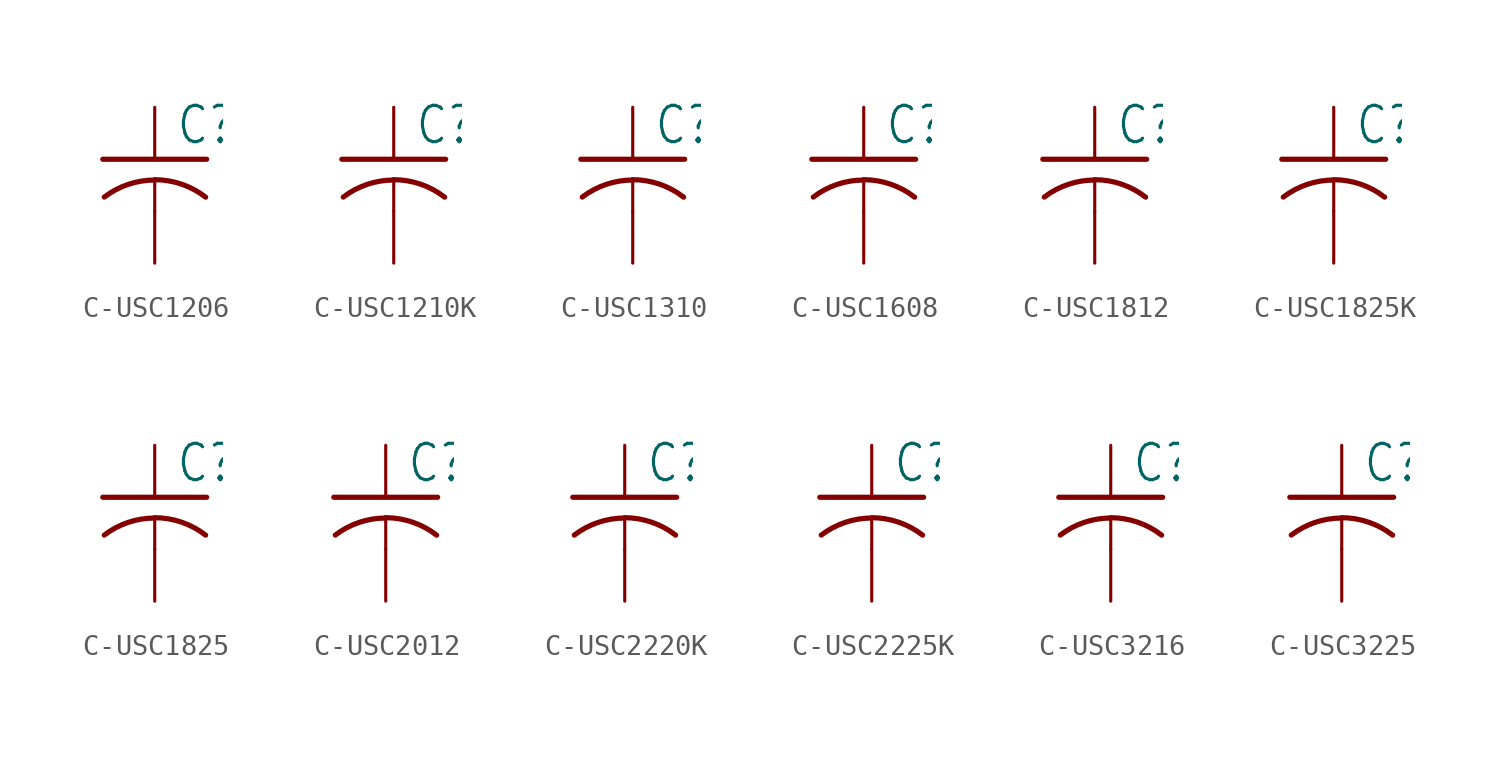
<source format=kicad_sym>
(kicad_symbol_lib
  (version 20241209)
  (generator "kicad_symbol_editor")
  (generator_version "9.0")
  (symbol "C-USC1206"
    (property "Reference" "C"
      (at 1.016 0.635 0)
      (effects (font (size 1.778 1.511)) (justify left bottom)))
    (property "Value" ""
      (at 1.016 -4.191 0)
      (effects (font (size 1.778 1.511)) (justify left bottom)))
    (property "ki_locked" ""
      (at 0 0 0)
      (effects (font (size 1.27 1.27))))
    (symbol "C-USC1206_1_0"
      (polyline (pts (xy -2.54 0) (xy 2.54 0)) (stroke (width 0.254) (type solid)) (fill (type none)))
      (polyline (pts (xy 0 -1.016) (xy 0 -2.54)) (stroke (width 0.152) (type solid)) (fill (type none)))
      (arc (start 0 -1) (mid 1.3158 -1.2195) (end 2.4892 -1.8541) (stroke (width 0.254) (type solid)) (fill (type none)))
      (arc (start -2.4668 -1.8504) (mid -1.302 -1.2303) (end 0 -1.0161) (stroke (width 0.254) (type solid)) (fill (type none)))
      (pin passive line (at 0 2.54 270) (length 2.54) (name "1" (effects (font (size 0 0)))) (number "1" (effects (font (size 0 0)))))
      (pin passive line (at 0 -5.08 90) (length 2.54) (name "2" (effects (font (size 0 0)))) (number "2" (effects (font (size 0 0)))))))
  (symbol "C-USC1210K"
    (property "Reference" "C"
      (at 1.016 0.635 0)
      (effects (font (size 1.778 1.511)) (justify left bottom)))
    (property "Value" ""
      (at 1.016 -4.191 0)
      (effects (font (size 1.778 1.511)) (justify left bottom)))
    (property "ki_locked" ""
      (at 0 0 0)
      (effects (font (size 1.27 1.27))))
    (symbol "C-USC1210K_1_0"
      (polyline (pts (xy -2.54 0) (xy 2.54 0)) (stroke (width 0.254) (type solid)) (fill (type none)))
      (polyline (pts (xy 0 -1.016) (xy 0 -2.54)) (stroke (width 0.152) (type solid)) (fill (type none)))
      (arc (start 0 -1) (mid 1.3158 -1.2195) (end 2.4892 -1.8541) (stroke (width 0.254) (type solid)) (fill (type none)))
      (arc (start -2.4668 -1.8504) (mid -1.302 -1.2303) (end 0 -1.0161) (stroke (width 0.254) (type solid)) (fill (type none)))
      (pin passive line (at 0 2.54 270) (length 2.54) (name "1" (effects (font (size 0 0)))) (number "1" (effects (font (size 0 0)))))
      (pin passive line (at 0 -5.08 90) (length 2.54) (name "2" (effects (font (size 0 0)))) (number "2" (effects (font (size 0 0)))))))
  (symbol "C-USC1310"
    (property "Reference" "C"
      (at 1.016 0.635 0)
      (effects (font (size 1.778 1.511)) (justify left bottom)))
    (property "Value" ""
      (at 1.016 -4.191 0)
      (effects (font (size 1.778 1.511)) (justify left bottom)))
    (property "ki_locked" ""
      (at 0 0 0)
      (effects (font (size 1.27 1.27))))
    (symbol "C-USC1310_1_0"
      (polyline (pts (xy -2.54 0) (xy 2.54 0)) (stroke (width 0.254) (type solid)) (fill (type none)))
      (polyline (pts (xy 0 -1.016) (xy 0 -2.54)) (stroke (width 0.152) (type solid)) (fill (type none)))
      (arc (start 0 -1) (mid 1.3158 -1.2195) (end 2.4892 -1.8541) (stroke (width 0.254) (type solid)) (fill (type none)))
      (arc (start -2.4668 -1.8504) (mid -1.302 -1.2303) (end 0 -1.0161) (stroke (width 0.254) (type solid)) (fill (type none)))
      (pin passive line (at 0 2.54 270) (length 2.54) (name "1" (effects (font (size 0 0)))) (number "1" (effects (font (size 0 0)))))
      (pin passive line (at 0 -5.08 90) (length 2.54) (name "2" (effects (font (size 0 0)))) (number "2" (effects (font (size 0 0)))))))
  (symbol "C-USC1608"
    (property "Reference" "C"
      (at 1.016 0.635 0)
      (effects (font (size 1.778 1.511)) (justify left bottom)))
    (property "Value" ""
      (at 1.016 -4.191 0)
      (effects (font (size 1.778 1.511)) (justify left bottom)))
    (property "ki_locked" ""
      (at 0 0 0)
      (effects (font (size 1.27 1.27))))
    (symbol "C-USC1608_1_0"
      (polyline (pts (xy -2.54 0) (xy 2.54 0)) (stroke (width 0.254) (type solid)) (fill (type none)))
      (polyline (pts (xy 0 -1.016) (xy 0 -2.54)) (stroke (width 0.152) (type solid)) (fill (type none)))
      (arc (start 0 -1) (mid 1.3158 -1.2195) (end 2.4892 -1.8541) (stroke (width 0.254) (type solid)) (fill (type none)))
      (arc (start -2.4668 -1.8504) (mid -1.302 -1.2303) (end 0 -1.0161) (stroke (width 0.254) (type solid)) (fill (type none)))
      (pin passive line (at 0 2.54 270) (length 2.54) (name "1" (effects (font (size 0 0)))) (number "1" (effects (font (size 0 0)))))
      (pin passive line (at 0 -5.08 90) (length 2.54) (name "2" (effects (font (size 0 0)))) (number "2" (effects (font (size 0 0)))))))
  (symbol "C-USC1812"
    (property "Reference" "C"
      (at 1.016 0.635 0)
      (effects (font (size 1.778 1.511)) (justify left bottom)))
    (property "Value" ""
      (at 1.016 -4.191 0)
      (effects (font (size 1.778 1.511)) (justify left bottom)))
    (property "ki_locked" ""
      (at 0 0 0)
      (effects (font (size 1.27 1.27))))
    (symbol "C-USC1812_1_0"
      (polyline (pts (xy -2.54 0) (xy 2.54 0)) (stroke (width 0.254) (type solid)) (fill (type none)))
      (polyline (pts (xy 0 -1.016) (xy 0 -2.54)) (stroke (width 0.152) (type solid)) (fill (type none)))
      (arc (start 0 -1) (mid 1.3158 -1.2195) (end 2.4892 -1.8541) (stroke (width 0.254) (type solid)) (fill (type none)))
      (arc (start -2.4668 -1.8504) (mid -1.302 -1.2303) (end 0 -1.0161) (stroke (width 0.254) (type solid)) (fill (type none)))
      (pin passive line (at 0 2.54 270) (length 2.54) (name "1" (effects (font (size 0 0)))) (number "1" (effects (font (size 0 0)))))
      (pin passive line (at 0 -5.08 90) (length 2.54) (name "2" (effects (font (size 0 0)))) (number "2" (effects (font (size 0 0)))))))
  (symbol "C-USC1825K"
    (property "Reference" "C"
      (at 1.016 0.635 0)
      (effects (font (size 1.778 1.511)) (justify left bottom)))
    (property "Value" ""
      (at 1.016 -4.191 0)
      (effects (font (size 1.778 1.511)) (justify left bottom)))
    (property "ki_locked" ""
      (at 0 0 0)
      (effects (font (size 1.27 1.27))))
    (symbol "C-USC1825K_1_0"
      (polyline (pts (xy -2.54 0) (xy 2.54 0)) (stroke (width 0.254) (type solid)) (fill (type none)))
      (polyline (pts (xy 0 -1.016) (xy 0 -2.54)) (stroke (width 0.152) (type solid)) (fill (type none)))
      (arc (start 0 -1) (mid 1.3158 -1.2195) (end 2.4892 -1.8541) (stroke (width 0.254) (type solid)) (fill (type none)))
      (arc (start -2.4668 -1.8504) (mid -1.302 -1.2303) (end 0 -1.0161) (stroke (width 0.254) (type solid)) (fill (type none)))
      (pin passive line (at 0 2.54 270) (length 2.54) (name "1" (effects (font (size 0 0)))) (number "1" (effects (font (size 0 0)))))
      (pin passive line (at 0 -5.08 90) (length 2.54) (name "2" (effects (font (size 0 0)))) (number "2" (effects (font (size 0 0)))))))
  (symbol "C-USC1825"
    (property "Reference" "C"
      (at 1.016 0.635 0)
      (effects (font (size 1.778 1.511)) (justify left bottom)))
    (property "Value" ""
      (at 1.016 -4.191 0)
      (effects (font (size 1.778 1.511)) (justify left bottom)))
    (property "ki_locked" ""
      (at 0 0 0)
      (effects (font (size 1.27 1.27))))
    (symbol "C-USC1825_1_0"
      (polyline (pts (xy -2.54 0) (xy 2.54 0)) (stroke (width 0.254) (type solid)) (fill (type none)))
      (polyline (pts (xy 0 -1.016) (xy 0 -2.54)) (stroke (width 0.152) (type solid)) (fill (type none)))
      (arc (start 0 -1) (mid 1.3158 -1.2195) (end 2.4892 -1.8541) (stroke (width 0.254) (type solid)) (fill (type none)))
      (arc (start -2.4668 -1.8504) (mid -1.302 -1.2303) (end 0 -1.0161) (stroke (width 0.254) (type solid)) (fill (type none)))
      (pin passive line (at 0 2.54 270) (length 2.54) (name "1" (effects (font (size 0 0)))) (number "1" (effects (font (size 0 0)))))
      (pin passive line (at 0 -5.08 90) (length 2.54) (name "2" (effects (font (size 0 0)))) (number "2" (effects (font (size 0 0)))))))
  (symbol "C-USC2012"
    (property "Reference" "C"
      (at 1.016 0.635 0)
      (effects (font (size 1.778 1.511)) (justify left bottom)))
    (property "Value" ""
      (at 1.016 -4.191 0)
      (effects (font (size 1.778 1.511)) (justify left bottom)))
    (property "ki_locked" ""
      (at 0 0 0)
      (effects (font (size 1.27 1.27))))
    (symbol "C-USC2012_1_0"
      (polyline (pts (xy -2.54 0) (xy 2.54 0)) (stroke (width 0.254) (type solid)) (fill (type none)))
      (polyline (pts (xy 0 -1.016) (xy 0 -2.54)) (stroke (width 0.152) (type solid)) (fill (type none)))
      (arc (start 0 -1) (mid 1.3158 -1.2195) (end 2.4892 -1.8541) (stroke (width 0.254) (type solid)) (fill (type none)))
      (arc (start -2.4668 -1.8504) (mid -1.302 -1.2303) (end 0 -1.0161) (stroke (width 0.254) (type solid)) (fill (type none)))
      (pin passive line (at 0 2.54 270) (length 2.54) (name "1" (effects (font (size 0 0)))) (number "1" (effects (font (size 0 0)))))
      (pin passive line (at 0 -5.08 90) (length 2.54) (name "2" (effects (font (size 0 0)))) (number "2" (effects (font (size 0 0)))))))
  (symbol "C-USC2220K"
    (property "Reference" "C"
      (at 1.016 0.635 0)
      (effects (font (size 1.778 1.511)) (justify left bottom)))
    (property "Value" ""
      (at 1.016 -4.191 0)
      (effects (font (size 1.778 1.511)) (justify left bottom)))
    (property "ki_locked" ""
      (at 0 0 0)
      (effects (font (size 1.27 1.27))))
    (symbol "C-USC2220K_1_0"
      (polyline (pts (xy -2.54 0) (xy 2.54 0)) (stroke (width 0.254) (type solid)) (fill (type none)))
      (polyline (pts (xy 0 -1.016) (xy 0 -2.54)) (stroke (width 0.152) (type solid)) (fill (type none)))
      (arc (start 0 -1) (mid 1.3158 -1.2195) (end 2.4892 -1.8541) (stroke (width 0.254) (type solid)) (fill (type none)))
      (arc (start -2.4668 -1.8504) (mid -1.302 -1.2303) (end 0 -1.0161) (stroke (width 0.254) (type solid)) (fill (type none)))
      (pin passive line (at 0 2.54 270) (length 2.54) (name "1" (effects (font (size 0 0)))) (number "1" (effects (font (size 0 0)))))
      (pin passive line (at 0 -5.08 90) (length 2.54) (name "2" (effects (font (size 0 0)))) (number "2" (effects (font (size 0 0)))))))
  (symbol "C-USC2225K"
    (property "Reference" "C"
      (at 1.016 0.635 0)
      (effects (font (size 1.778 1.511)) (justify left bottom)))
    (property "Value" ""
      (at 1.016 -4.191 0)
      (effects (font (size 1.778 1.511)) (justify left bottom)))
    (property "ki_locked" ""
      (at 0 0 0)
      (effects (font (size 1.27 1.27))))
    (symbol "C-USC2225K_1_0"
      (polyline (pts (xy -2.54 0) (xy 2.54 0)) (stroke (width 0.254) (type solid)) (fill (type none)))
      (polyline (pts (xy 0 -1.016) (xy 0 -2.54)) (stroke (width 0.152) (type solid)) (fill (type none)))
      (arc (start 0 -1) (mid 1.3158 -1.2195) (end 2.4892 -1.8541) (stroke (width 0.254) (type solid)) (fill (type none)))
      (arc (start -2.4668 -1.8504) (mid -1.302 -1.2303) (end 0 -1.0161) (stroke (width 0.254) (type solid)) (fill (type none)))
      (pin passive line (at 0 2.54 270) (length 2.54) (name "1" (effects (font (size 0 0)))) (number "1" (effects (font (size 0 0)))))
      (pin passive line (at 0 -5.08 90) (length 2.54) (name "2" (effects (font (size 0 0)))) (number "2" (effects (font (size 0 0)))))))
  (symbol "C-USC3216"
    (property "Reference" "C"
      (at 1.016 0.635 0)
      (effects (font (size 1.778 1.511)) (justify left bottom)))
    (property "Value" ""
      (at 1.016 -4.191 0)
      (effects (font (size 1.778 1.511)) (justify left bottom)))
    (property "ki_locked" ""
      (at 0 0 0)
      (effects (font (size 1.27 1.27))))
    (symbol "C-USC3216_1_0"
      (polyline (pts (xy -2.54 0) (xy 2.54 0)) (stroke (width 0.254) (type solid)) (fill (type none)))
      (polyline (pts (xy 0 -1.016) (xy 0 -2.54)) (stroke (width 0.152) (type solid)) (fill (type none)))
      (arc (start 0 -1) (mid 1.3158 -1.2195) (end 2.4892 -1.8541) (stroke (width 0.254) (type solid)) (fill (type none)))
      (arc (start -2.4668 -1.8504) (mid -1.302 -1.2303) (end 0 -1.0161) (stroke (width 0.254) (type solid)) (fill (type none)))
      (pin passive line (at 0 2.54 270) (length 2.54) (name "1" (effects (font (size 0 0)))) (number "1" (effects (font (size 0 0)))))
      (pin passive line (at 0 -5.08 90) (length 2.54) (name "2" (effects (font (size 0 0)))) (number "2" (effects (font (size 0 0)))))))
  (symbol "C-USC3225"
    (property "Reference" "C"
      (at 1.016 0.635 0)
      (effects (font (size 1.778 1.511)) (justify left bottom)))
    (property "Value" ""
      (at 1.016 -4.191 0)
      (effects (font (size 1.778 1.511)) (justify left bottom)))
    (property "ki_locked" ""
      (at 0 0 0)
      (effects (font (size 1.27 1.27))))
    (symbol "C-USC3225_1_0"
      (polyline (pts (xy -2.54 0) (xy 2.54 0)) (stroke (width 0.254) (type solid)) (fill (type none)))
      (polyline (pts (xy 0 -1.016) (xy 0 -2.54)) (stroke (width 0.152) (type solid)) (fill (type none)))
      (arc (start 0 -1) (mid 1.3158 -1.2195) (end 2.4892 -1.8541) (stroke (width 0.254) (type solid)) (fill (type none)))
      (arc (start -2.4668 -1.8504) (mid -1.302 -1.2303) (end 0 -1.0161) (stroke (width 0.254) (type solid)) (fill (type none)))
      (pin passive line (at 0 2.54 270) (length 2.54) (name "1" (effects (font (size 0 0)))) (number "1" (effects (font (size 0 0)))))
      (pin passive line (at 0 -5.08 90) (length 2.54) (name "2" (effects (font (size 0 0)))) (number "2" (effects (font (size 0 0))))))))
</source>
